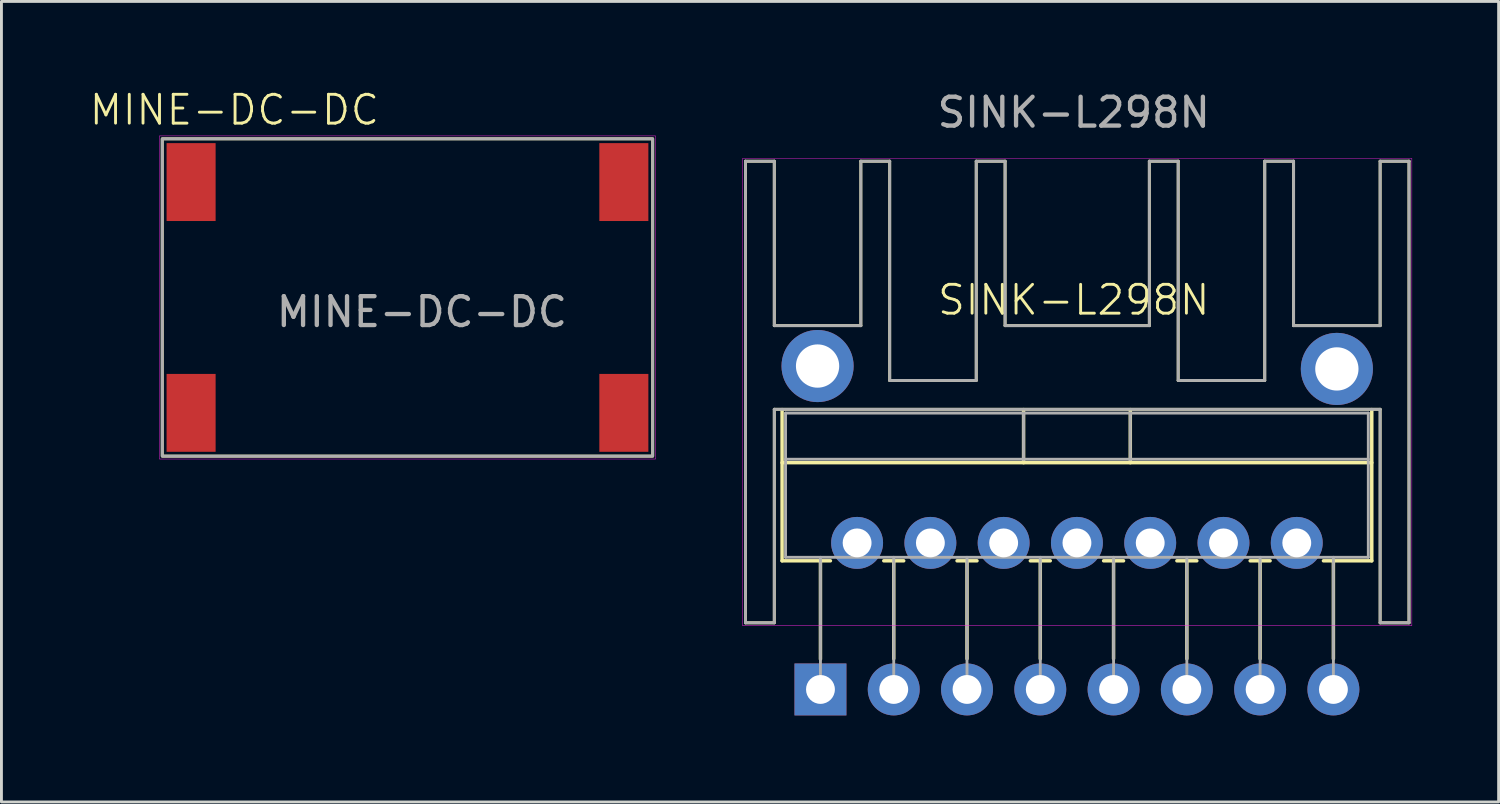
<source format=kicad_pcb>
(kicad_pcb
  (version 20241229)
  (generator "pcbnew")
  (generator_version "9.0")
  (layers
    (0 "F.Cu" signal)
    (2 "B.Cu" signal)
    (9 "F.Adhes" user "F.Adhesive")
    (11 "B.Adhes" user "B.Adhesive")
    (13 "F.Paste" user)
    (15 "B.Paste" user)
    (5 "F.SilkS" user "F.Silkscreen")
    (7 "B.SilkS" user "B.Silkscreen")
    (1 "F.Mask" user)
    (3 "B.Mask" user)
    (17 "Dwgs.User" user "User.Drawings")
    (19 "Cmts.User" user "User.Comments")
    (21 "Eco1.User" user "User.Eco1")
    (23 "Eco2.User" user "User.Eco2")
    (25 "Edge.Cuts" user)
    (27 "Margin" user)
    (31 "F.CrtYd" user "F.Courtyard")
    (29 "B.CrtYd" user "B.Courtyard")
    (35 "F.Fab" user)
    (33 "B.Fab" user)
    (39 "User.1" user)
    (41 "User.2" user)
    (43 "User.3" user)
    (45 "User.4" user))
  (footprint "MINE-DC-DC"
    (layer "F.Cu")
    (at 11.574 7.761)
    (property "Reference" "MINE-DC-DC" (at -6.5 -7 0) (unlocked yes) (layer "F.SilkS") (effects (font (size 1 1) (thickness 0.1))))
    (attr through_hole)
    (fp_rect (start -9 5) (end 8 -6) (stroke (width 0.1) (type default)) (fill no) (layer "F.SilkS"))
    (fp_rect (start -9.1 -6.1) (end 8.1 5.1) (stroke (width 0.015) (type default)) (fill no) (layer "F.CrtYd"))
    (fp_rect (start -9 5) (end 8 -6) (stroke (width 0.1) (type default)) (fill no) (layer "F.Fab"))
    (fp_text user "${REFERENCE}" (at 0 0 0) (unlocked yes) (layer "F.Fab") (effects (font (size 1 1) (thickness 0.15))))
    (pad "1" smd rect (at -8 -4.5 90) (size 2.7 1.7) (layers "F.Cu" "F.Mask" "F.Paste"))
    (pad "2" smd rect (at -8 3.5 90) (size 2.7 1.7) (layers "F.Cu" "F.Mask" "F.Paste"))
    (pad "3" smd rect (at 7 3.5 90) (size 2.7 1.7) (layers "F.Cu" "F.Mask" "F.Paste"))
    (pad "4" smd rect (at 7 -4.5 90) (size 2.7 1.7) (layers "F.Cu" "F.Mask" "F.Paste")))
  (footprint "SINK-L298N"
    (layer "F.Cu")
    (at 34.169 11.848)
    (property "Reference" "SINK-L298N" (at 0 -4.5 0) (unlocked yes) (layer "F.SilkS") (effects (font (size 1 1) (thickness 0.1))))
    (attr through_hole)
    (fp_line (start -11.38 -9.31) (end -10.38 -9.31) (stroke (width 0.1) (type default)) (layer "F.SilkS"))
    (fp_line (start -11.38 6.69) (end -11.38 -9.31) (stroke (width 0.1) (type default)) (layer "F.SilkS"))
    (fp_line (start -11.38 6.69) (end -10.38 6.69) (stroke (width 0.1) (type default)) (layer "F.SilkS"))
    (fp_line (start -10.38 -9.31) (end -10.38 -3.61) (stroke (width 0.1) (type default)) (layer "F.SilkS"))
    (fp_line (start -10.38 -3.61) (end -7.38 -3.61) (stroke (width 0.1) (type default)) (layer "F.SilkS"))
    (fp_line (start -10.38 -0.71) (end 10.62 -0.71) (stroke (width 0.1) (type default)) (layer "F.SilkS"))
    (fp_line (start -10.38 6.69) (end -10.38 -0.71) (stroke (width 0.1) (type default)) (layer "F.SilkS"))
    (fp_line (start -10.11 -0.7) (end -10.11 4.541) (stroke (width 0.12) (type solid)) (layer "F.SilkS"))
    (fp_line (start -10.11 1.14) (end 10.33 1.14) (stroke (width 0.12) (type solid)) (layer "F.SilkS"))
    (fp_line (start -10.11 4.541) (end -8.434 4.541) (stroke (width 0.12) (type solid)) (layer "F.SilkS"))
    (fp_line (start -8.78 4.541) (end -8.78 7.95) (stroke (width 0.12) (type solid)) (layer "F.SilkS"))
    (fp_line (start -7.38 -9.31) (end -6.38 -9.31) (stroke (width 0.1) (type default)) (layer "F.SilkS"))
    (fp_line (start -7.38 -3.61) (end -7.38 -9.31) (stroke (width 0.1) (type default)) (layer "F.SilkS"))
    (fp_line (start -6.585 4.541) (end -5.894 4.541) (stroke (width 0.12) (type solid)) (layer "F.SilkS"))
    (fp_line (start -6.38 -9.31) (end -6.38 -1.71) (stroke (width 0.1) (type default)) (layer "F.SilkS"))
    (fp_line (start -6.38 -1.71) (end -3.38 -1.71) (stroke (width 0.1) (type default)) (layer "F.SilkS"))
    (fp_line (start -6.24 4.541) (end -6.24 7.935) (stroke (width 0.12) (type solid)) (layer "F.SilkS"))
    (fp_line (start -4.045 4.541) (end -3.354 4.541) (stroke (width 0.12) (type solid)) (layer "F.SilkS"))
    (fp_line (start -3.7 4.541) (end -3.7 7.935) (stroke (width 0.12) (type solid)) (layer "F.SilkS"))
    (fp_line (start -3.38 -9.31) (end -2.38 -9.31) (stroke (width 0.1) (type default)) (layer "F.SilkS"))
    (fp_line (start -3.38 -1.71) (end -3.38 -9.31) (stroke (width 0.1) (type default)) (layer "F.SilkS"))
    (fp_line (start -2.38 -9.31) (end -2.38 -3.61) (stroke (width 0.1) (type default)) (layer "F.SilkS"))
    (fp_line (start -2.38 -3.61) (end 2.62 -3.61) (stroke (width 0.1) (type default)) (layer "F.SilkS"))
    (fp_line (start -1.739 -0.7) (end -1.739 1.14) (stroke (width 0.12) (type solid)) (layer "F.SilkS"))
    (fp_line (start -1.505 4.541) (end -0.814 4.541) (stroke (width 0.12) (type solid)) (layer "F.SilkS"))
    (fp_line (start -1.16 4.541) (end -1.16 7.935) (stroke (width 0.12) (type solid)) (layer "F.SilkS"))
    (fp_line (start 1.035 4.541) (end 1.726 4.541) (stroke (width 0.12) (type solid)) (layer "F.SilkS"))
    (fp_line (start 1.38 4.541) (end 1.38 7.935) (stroke (width 0.12) (type solid)) (layer "F.SilkS"))
    (fp_line (start 1.96 -0.7) (end 1.96 1.14) (stroke (width 0.12) (type solid)) (layer "F.SilkS"))
    (fp_line (start 2.62 -9.31) (end 2.62 -3.61) (stroke (width 0.1) (type default)) (layer "F.SilkS"))
    (fp_line (start 3.575 4.541) (end 4.266 4.541) (stroke (width 0.12) (type solid)) (layer "F.SilkS"))
    (fp_line (start 3.62 -9.31) (end 2.62 -9.31) (stroke (width 0.1) (type default)) (layer "F.SilkS"))
    (fp_line (start 3.62 -1.71) (end 3.62 -9.31) (stroke (width 0.1) (type default)) (layer "F.SilkS"))
    (fp_line (start 3.92 4.541) (end 3.92 7.935) (stroke (width 0.12) (type solid)) (layer "F.SilkS"))
    (fp_line (start 6.115 4.541) (end 6.806 4.541) (stroke (width 0.12) (type solid)) (layer "F.SilkS"))
    (fp_line (start 6.46 4.541) (end 6.46 7.935) (stroke (width 0.12) (type solid)) (layer "F.SilkS"))
    (fp_line (start 6.62 -9.31) (end 6.62 -1.71) (stroke (width 0.1) (type default)) (layer "F.SilkS"))
    (fp_line (start 6.62 -1.71) (end 3.62 -1.71) (stroke (width 0.1) (type default)) (layer "F.SilkS"))
    (fp_line (start 7.62 -9.31) (end 6.62 -9.31) (stroke (width 0.1) (type default)) (layer "F.SilkS"))
    (fp_line (start 7.62 -3.61) (end 7.62 -9.31) (stroke (width 0.1) (type default)) (layer "F.SilkS"))
    (fp_line (start 8.655 4.541) (end 10.33 4.541) (stroke (width 0.12) (type solid)) (layer "F.SilkS"))
    (fp_line (start 9 4.541) (end 9 7.935) (stroke (width 0.12) (type solid)) (layer "F.SilkS"))
    (fp_line (start 10.33 -0.7) (end 10.33 4.541) (stroke (width 0.12) (type solid)) (layer "F.SilkS"))
    (fp_line (start 10.62 -9.31) (end 10.62 -3.61) (stroke (width 0.1) (type default)) (layer "F.SilkS"))
    (fp_line (start 10.62 -3.61) (end 7.62 -3.61) (stroke (width 0.1) (type default)) (layer "F.SilkS"))
    (fp_line (start 10.62 -0.71) (end 10.62 6.69) (stroke (width 0.1) (type default)) (layer "F.SilkS"))
    (fp_line (start 10.62 6.69) (end 11.62 6.69) (stroke (width 0.1) (type default)) (layer "F.SilkS"))
    (fp_line (start 11.62 -9.31) (end 10.62 -9.31) (stroke (width 0.1) (type default)) (layer "F.SilkS"))
    (fp_line (start 11.62 6.69) (end 11.62 -9.31) (stroke (width 0.1) (type default)) (layer "F.SilkS"))
    (fp_rect (start -11.48 -9.41) (end 11.72 6.79) (stroke (width 0.015) (type default)) (fill no) (layer "F.CrtYd"))
    (fp_line (start -11.38 -9.31) (end -10.38 -9.31) (stroke (width 0.1) (type default)) (layer "F.Fab"))
    (fp_line (start -11.38 6.69) (end -11.38 -9.31) (stroke (width 0.1) (type default)) (layer "F.Fab"))
    (fp_line (start -11.38 6.69) (end -10.38 6.69) (stroke (width 0.1) (type default)) (layer "F.Fab"))
    (fp_line (start -10.38 -9.31) (end -10.38 -3.61) (stroke (width 0.1) (type default)) (layer "F.Fab"))
    (fp_line (start -10.38 -3.61) (end -7.38 -3.61) (stroke (width 0.1) (type default)) (layer "F.Fab"))
    (fp_line (start -10.38 -0.71) (end 10.62 -0.71) (stroke (width 0.1) (type default)) (layer "F.Fab"))
    (fp_line (start -10.38 6.69) (end -10.38 -0.71) (stroke (width 0.1) (type default)) (layer "F.Fab"))
    (fp_line (start -9.99 -0.58) (end -9.99 4.42) (stroke (width 0.1) (type solid)) (layer "F.Fab"))
    (fp_line (start -9.99 1.02) (end 10.21 1.02) (stroke (width 0.1) (type solid)) (layer "F.Fab"))
    (fp_line (start -9.99 4.42) (end 10.21 4.42) (stroke (width 0.1) (type solid)) (layer "F.Fab"))
    (fp_line (start -8.78 4.42) (end -8.78 9) (stroke (width 0.1) (type solid)) (layer "F.Fab"))
    (fp_line (start -7.38 -9.31) (end -6.38 -9.31) (stroke (width 0.1) (type default)) (layer "F.Fab"))
    (fp_line (start -7.38 -3.61) (end -7.38 -9.31) (stroke (width 0.1) (type default)) (layer "F.Fab"))
    (fp_line (start -6.38 -9.31) (end -6.38 -1.71) (stroke (width 0.1) (type default)) (layer "F.Fab"))
    (fp_line (start -6.38 -1.71) (end -3.38 -1.71) (stroke (width 0.1) (type default)) (layer "F.Fab"))
    (fp_line (start -6.24 4.42) (end -6.24 9) (stroke (width 0.1) (type solid)) (layer "F.Fab"))
    (fp_line (start -3.7 4.42) (end -3.7 9) (stroke (width 0.1) (type solid)) (layer "F.Fab"))
    (fp_line (start -3.38 -9.31) (end -2.38 -9.31) (stroke (width 0.1) (type default)) (layer "F.Fab"))
    (fp_line (start -3.38 -1.71) (end -3.38 -9.31) (stroke (width 0.1) (type default)) (layer "F.Fab"))
    (fp_line (start -2.38 -9.31) (end -2.38 -3.61) (stroke (width 0.1) (type default)) (layer "F.Fab"))
    (fp_line (start -2.38 -3.61) (end 2.62 -3.61) (stroke (width 0.1) (type default)) (layer "F.Fab"))
    (fp_line (start -1.74 -0.58) (end -1.74 1.02) (stroke (width 0.1) (type solid)) (layer "F.Fab"))
    (fp_line (start -1.16 4.42) (end -1.16 9) (stroke (width 0.1) (type solid)) (layer "F.Fab"))
    (fp_line (start 1.38 4.42) (end 1.38 9) (stroke (width 0.1) (type solid)) (layer "F.Fab"))
    (fp_line (start 1.96 -0.58) (end 1.96 1.02) (stroke (width 0.1) (type solid)) (layer "F.Fab"))
    (fp_line (start 2.62 -9.31) (end 2.62 -3.61) (stroke (width 0.1) (type default)) (layer "F.Fab"))
    (fp_line (start 3.62 -9.31) (end 2.62 -9.31) (stroke (width 0.1) (type default)) (layer "F.Fab"))
    (fp_line (start 3.62 -1.71) (end 3.62 -9.31) (stroke (width 0.1) (type default)) (layer "F.Fab"))
    (fp_line (start 3.92 4.42) (end 3.92 9) (stroke (width 0.1) (type solid)) (layer "F.Fab"))
    (fp_line (start 6.46 4.42) (end 6.46 9) (stroke (width 0.1) (type solid)) (layer "F.Fab"))
    (fp_line (start 6.62 -9.31) (end 6.62 -1.71) (stroke (width 0.1) (type default)) (layer "F.Fab"))
    (fp_line (start 6.62 -1.71) (end 3.62 -1.71) (stroke (width 0.1) (type default)) (layer "F.Fab"))
    (fp_line (start 7.62 -9.31) (end 6.62 -9.31) (stroke (width 0.1) (type default)) (layer "F.Fab"))
    (fp_line (start 7.62 -3.61) (end 7.62 -9.31) (stroke (width 0.1) (type default)) (layer "F.Fab"))
    (fp_line (start 9 4.42) (end 9 9) (stroke (width 0.1) (type solid)) (layer "F.Fab"))
    (fp_line (start 10.21 -0.58) (end -9.99 -0.58) (stroke (width 0.1) (type solid)) (layer "F.Fab"))
    (fp_line (start 10.21 4.42) (end 10.21 -0.58) (stroke (width 0.1) (type solid)) (layer "F.Fab"))
    (fp_line (start 10.62 -9.31) (end 10.62 -3.61) (stroke (width 0.1) (type default)) (layer "F.Fab"))
    (fp_line (start 10.62 -3.61) (end 7.62 -3.61) (stroke (width 0.1) (type default)) (layer "F.Fab"))
    (fp_line (start 10.62 -0.71) (end 10.62 6.69) (stroke (width 0.1) (type default)) (layer "F.Fab"))
    (fp_line (start 10.62 6.69) (end 11.62 6.69) (stroke (width 0.1) (type default)) (layer "F.Fab"))
    (fp_line (start 11.62 -9.31) (end 10.62 -9.31) (stroke (width 0.1) (type default)) (layer "F.Fab"))
    (fp_line (start 11.62 6.69) (end 11.62 -9.31) (stroke (width 0.1) (type default)) (layer "F.Fab"))
    (fp_text user "${REFERENCE}" (at 0 -11 0) (unlocked yes) (layer "F.Fab") (effects (font (size 1 1) (thickness 0.15))))
    (pad "1" thru_hole rect (at -8.78 9) (size 1.8 1.8) (drill 1) (layers "*.Cu" "*.Mask"))
    (pad "2" thru_hole oval (at -7.51 3.92) (size 1.8 1.8) (drill 1) (layers "*.Cu" "*.Mask"))
    (pad "3" thru_hole oval (at -6.24 9) (size 1.8 1.8) (drill 1) (layers "*.Cu" "*.Mask"))
    (pad "4" thru_hole oval (at -4.97 3.92) (size 1.8 1.8) (drill 1) (layers "*.Cu" "*.Mask"))
    (pad "5" thru_hole oval (at -3.7 9) (size 1.8 1.8) (drill 1) (layers "*.Cu" "*.Mask"))
    (pad "6" thru_hole oval (at -2.43 3.92) (size 1.8 1.8) (drill 1) (layers "*.Cu" "*.Mask"))
    (pad "7" thru_hole oval (at -1.16 9) (size 1.8 1.8) (drill 1) (layers "*.Cu" "*.Mask"))
    (pad "8" thru_hole circle (at -8.88 -2.21) (size 2.5 2.5) (drill 1.5) (layers "*.Cu" "*.Mask"))
    (pad "8" thru_hole oval (at 0.11 3.92) (size 1.8 1.8) (drill 1) (layers "*.Cu" "*.Mask"))
    (pad "8" thru_hole circle (at 9.12 -2.11) (size 2.5 2.5) (drill 1.5) (layers "*.Cu" "*.Mask"))
    (pad "9" thru_hole oval (at 1.38 9) (size 1.8 1.8) (drill 1) (layers "*.Cu" "*.Mask"))
    (pad "10" thru_hole oval (at 2.65 3.92) (size 1.8 1.8) (drill 1) (layers "*.Cu" "*.Mask"))
    (pad "11" thru_hole oval (at 3.92 9) (size 1.8 1.8) (drill 1) (layers "*.Cu" "*.Mask"))
    (pad "12" thru_hole oval (at 5.19 3.92) (size 1.8 1.8) (drill 1) (layers "*.Cu" "*.Mask"))
    (pad "13" thru_hole oval (at 6.46 9) (size 1.8 1.8) (drill 1) (layers "*.Cu" "*.Mask"))
    (pad "14" thru_hole oval (at 7.73 3.92) (size 1.8 1.8) (drill 1) (layers "*.Cu" "*.Mask"))
    (pad "15" thru_hole oval (at 9 9) (size 1.8 1.8) (drill 1) (layers "*.Cu" "*.Mask")))
  (gr_rect
    (start -3 -3)
    (end 48.896 24.748)
    (stroke (width 0.1) (type default))
    (fill no)
    (layer "Edge.Cuts")))
</source>
